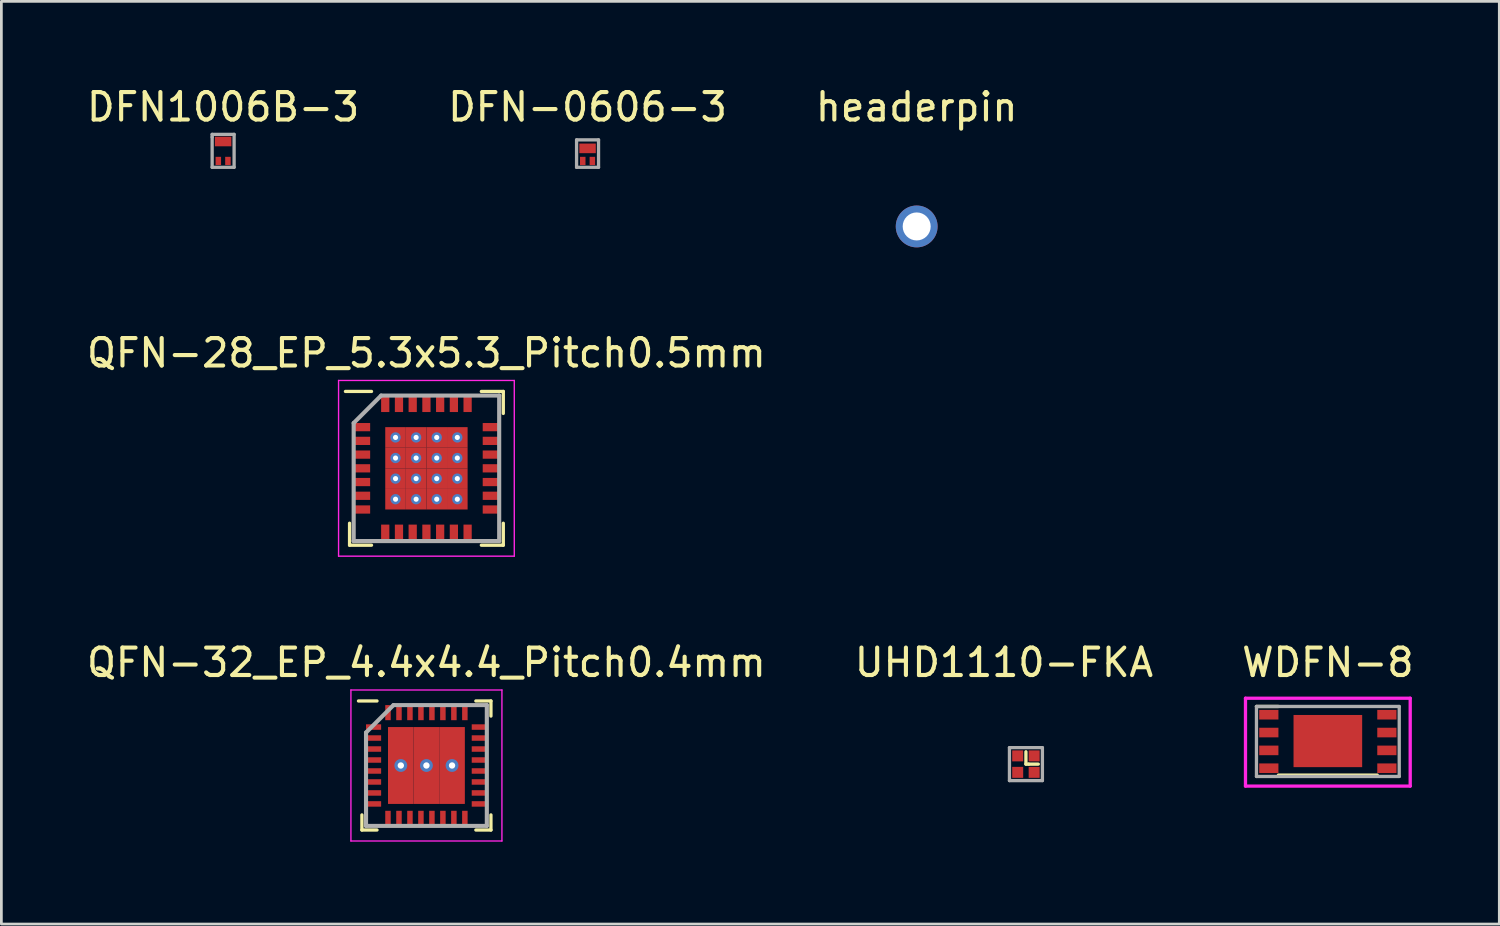
<source format=kicad_pcb>
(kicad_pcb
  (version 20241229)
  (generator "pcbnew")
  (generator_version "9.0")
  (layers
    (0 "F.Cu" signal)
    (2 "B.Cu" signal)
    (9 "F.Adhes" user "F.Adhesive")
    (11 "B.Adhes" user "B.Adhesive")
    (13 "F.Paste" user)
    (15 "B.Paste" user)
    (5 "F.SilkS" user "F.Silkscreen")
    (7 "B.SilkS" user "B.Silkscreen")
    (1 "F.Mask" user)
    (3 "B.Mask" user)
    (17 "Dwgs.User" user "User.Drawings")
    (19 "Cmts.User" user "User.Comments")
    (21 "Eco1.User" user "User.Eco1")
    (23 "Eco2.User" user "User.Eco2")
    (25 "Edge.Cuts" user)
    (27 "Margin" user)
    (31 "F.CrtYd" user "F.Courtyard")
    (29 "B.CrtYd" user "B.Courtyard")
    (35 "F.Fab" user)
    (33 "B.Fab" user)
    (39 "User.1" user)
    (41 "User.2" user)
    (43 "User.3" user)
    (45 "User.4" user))
  (footprint "QFN-32_EP_4.4x4.4_Pitch0.4mm"
    (layer "F.Cu")
    (at 12.482 24.832)
    (property "Reference" "QFN-32_EP_4.4x4.4_Pitch0.4mm" (at 0 -3.75 0) (layer "F.SilkS") (effects (font (size 1 1) (thickness 0.15))))
    (attr smd)
    (fp_line (start -2.35 2.35) (end -2.35 1.8) (stroke (width 0.12) (type solid)) (layer "F.SilkS"))
    (fp_line (start -1.8 -2.35) (end -2.475 -2.35) (stroke (width 0.12) (type solid)) (layer "F.SilkS"))
    (fp_line (start -1.8 2.35) (end -2.35 2.35) (stroke (width 0.12) (type solid)) (layer "F.SilkS"))
    (fp_line (start 1.8 -2.35) (end 2.35 -2.35) (stroke (width 0.12) (type solid)) (layer "F.SilkS"))
    (fp_line (start 1.8 2.35) (end 2.35 2.35) (stroke (width 0.12) (type solid)) (layer "F.SilkS"))
    (fp_line (start 2.35 -2.35) (end 2.35 -1.8) (stroke (width 0.12) (type solid)) (layer "F.SilkS"))
    (fp_line (start 2.35 2.35) (end 2.35 1.8) (stroke (width 0.12) (type solid)) (layer "F.SilkS"))
    (fp_line (start -2.75 -2.75) (end 2.75 -2.75) (stroke (width 0.05) (type solid)) (layer "F.CrtYd"))
    (fp_line (start -2.75 2.75) (end -2.75 -2.75) (stroke (width 0.05) (type solid)) (layer "F.CrtYd"))
    (fp_line (start 2.75 -2.75) (end 2.75 2.75) (stroke (width 0.05) (type solid)) (layer "F.CrtYd"))
    (fp_line (start 2.75 2.75) (end -2.75 2.75) (stroke (width 0.05) (type solid)) (layer "F.CrtYd"))
    (fp_line (start -2.2 -1.2) (end -2.2 2.2) (stroke (width 0.15) (type solid)) (layer "F.Fab"))
    (fp_line (start -2.2 2.2) (end 2.2 2.2) (stroke (width 0.15) (type solid)) (layer "F.Fab"))
    (fp_line (start -1.2 -2.2) (end -2.2 -1.2) (stroke (width 0.15) (type solid)) (layer "F.Fab"))
    (fp_line (start 2.2 -2.2) (end -1.2 -2.2) (stroke (width 0.15) (type solid)) (layer "F.Fab"))
    (fp_line (start 2.2 2.2) (end 2.2 -2.2) (stroke (width 0.15) (type solid)) (layer "F.Fab"))
    (pad "1" smd rect (at -1.925 -1.4 90) (size 0.2 0.55) (layers "F.Cu" "F.Mask" "F.Paste"))
    (pad "2" smd rect (at -1.925 -1 90) (size 0.2 0.55) (layers "F.Cu" "F.Mask" "F.Paste"))
    (pad "3" smd rect (at -1.925 -0.6 90) (size 0.2 0.55) (layers "F.Cu" "F.Mask" "F.Paste"))
    (pad "4" smd rect (at -1.925 -0.2 90) (size 0.2 0.55) (layers "F.Cu" "F.Mask" "F.Paste"))
    (pad "5" smd rect (at -1.925 0.2 90) (size 0.2 0.55) (layers "F.Cu" "F.Mask" "F.Paste"))
    (pad "6" smd rect (at -1.925 0.6 90) (size 0.2 0.55) (layers "F.Cu" "F.Mask" "F.Paste"))
    (pad "7" smd rect (at -1.925 1 90) (size 0.2 0.55) (layers "F.Cu" "F.Mask" "F.Paste"))
    (pad "8" smd rect (at -1.925 1.4 90) (size 0.2 0.55) (layers "F.Cu" "F.Mask" "F.Paste"))
    (pad "9" smd rect (at -1.4 1.925) (size 0.2 0.55) (layers "F.Cu" "F.Mask" "F.Paste"))
    (pad "10" smd rect (at -1 1.925) (size 0.2 0.55) (layers "F.Cu" "F.Mask" "F.Paste"))
    (pad "11" smd rect (at -0.6 1.925) (size 0.2 0.55) (layers "F.Cu" "F.Mask" "F.Paste"))
    (pad "12" smd rect (at -0.2 1.925) (size 0.2 0.55) (layers "F.Cu" "F.Mask" "F.Paste"))
    (pad "13" smd rect (at 0.2 1.925) (size 0.2 0.55) (layers "F.Cu" "F.Mask" "F.Paste"))
    (pad "14" smd rect (at 0.6 1.925) (size 0.2 0.55) (layers "F.Cu" "F.Mask" "F.Paste"))
    (pad "15" smd rect (at 1 1.925) (size 0.2 0.55) (layers "F.Cu" "F.Mask" "F.Paste"))
    (pad "16" smd rect (at 1.4 1.925) (size 0.2 0.55) (layers "F.Cu" "F.Mask" "F.Paste"))
    (pad "17" smd rect (at 1.925 1.4 90) (size 0.2 0.55) (layers "F.Cu" "F.Mask" "F.Paste"))
    (pad "18" smd rect (at 1.925 1 90) (size 0.2 0.55) (layers "F.Cu" "F.Mask" "F.Paste"))
    (pad "19" smd rect (at 1.925 0.6 90) (size 0.2 0.55) (layers "F.Cu" "F.Mask" "F.Paste"))
    (pad "20" smd rect (at 1.925 0.2 90) (size 0.2 0.55) (layers "F.Cu" "F.Mask" "F.Paste"))
    (pad "21" smd rect (at 1.925 -0.2 90) (size 0.2 0.55) (layers "F.Cu" "F.Mask" "F.Paste"))
    (pad "22" smd rect (at 1.925 -0.6 90) (size 0.2 0.55) (layers "F.Cu" "F.Mask" "F.Paste"))
    (pad "23" smd rect (at 1.925 -1 90) (size 0.2 0.55) (layers "F.Cu" "F.Mask" "F.Paste"))
    (pad "24" smd rect (at 1.925 -1.4 90) (size 0.2 0.55) (layers "F.Cu" "F.Mask" "F.Paste"))
    (pad "25" smd rect (at 1.4 -1.925) (size 0.2 0.55) (layers "F.Cu" "F.Mask" "F.Paste"))
    (pad "26" smd rect (at 1 -1.925) (size 0.2 0.55) (layers "F.Cu" "F.Mask" "F.Paste"))
    (pad "27" smd rect (at 0.6 -1.925) (size 0.2 0.55) (layers "F.Cu" "F.Mask" "F.Paste"))
    (pad "28" smd rect (at 0.2 -1.925) (size 0.2 0.55) (layers "F.Cu" "F.Mask" "F.Paste"))
    (pad "29" smd rect (at -0.2 -1.925) (size 0.2 0.55) (layers "F.Cu" "F.Mask" "F.Paste"))
    (pad "30" smd rect (at -0.6 -1.925) (size 0.2 0.55) (layers "F.Cu" "F.Mask" "F.Paste"))
    (pad "31" smd rect (at -1 -1.925) (size 0.2 0.55) (layers "F.Cu" "F.Mask" "F.Paste"))
    (pad "32" smd rect (at -1.4 -1.925) (size 0.2 0.55) (layers "F.Cu" "F.Mask" "F.Paste"))
    (pad "33" thru_hole circle (at -0.933 0) (size 0.467 0.467) (drill 0.233) (layers "*.Cu" "*.Mask"))
    (pad "33" smd rect (at -0.933 0) (size 0.933 2.8) (layers "F.Cu" "F.Mask" "F.Paste"))
    (pad "33" thru_hole circle (at 0 0) (size 0.467 0.467) (drill 0.233) (layers "*.Cu" "*.Mask"))
    (pad "33" smd rect (at 0 0) (size 0.933 2.8) (layers "F.Cu" "F.Mask" "F.Paste"))
    (pad "33" thru_hole circle (at 0.933 0) (size 0.467 0.467) (drill 0.233) (layers "*.Cu" "*.Mask"))
    (pad "33" smd rect (at 0.933 0) (size 0.933 2.8) (layers "F.Cu" "F.Mask" "F.Paste")))
  (footprint "headerpin"
    (layer "F.Cu")
    (at 30.339 5.198)
    (property "Reference" "headerpin" (at 0 -4.35 0) (layer "F.SilkS") (effects (font (size 1 1) (thickness 0.15))))
    (attr through_hole)
    (pad "1" thru_hole circle (at 0 0) (size 1.524 1.524) (drill 1.02) (layers "*.Cu" "*.Mask")))
  (footprint "DFN-0606-3"
    (layer "F.Cu")
    (at 18.351 3.044)
    (property "Reference" "DFN-0606-3" (at 0 -2.196 0) (layer "F.SilkS") (effects (font (size 1 1) (thickness 0.15))))
    (attr through_hole)
    (fp_line (start 0.05 0) (end 0.3 0) (stroke (width 0.12) (type solid)) (layer "B.Paste"))
    (fp_line (start -0.4 -1) (end -0.4 0) (stroke (width 0.12) (type solid)) (layer "F.Fab"))
    (fp_line (start -0.4 0) (end 0.4 0) (stroke (width 0.12) (type solid)) (layer "F.Fab"))
    (fp_line (start 0.4 -1) (end -0.4 -1) (stroke (width 0.12) (type solid)) (layer "F.Fab"))
    (fp_line (start 0.4 0) (end 0.4 -1) (stroke (width 0.12) (type solid)) (layer "F.Fab"))
    (pad "1" smd rect (at 0.175 -0.232 180) (size 0.2 0.3) (layers "F.Cu" "F.Mask" "F.Paste"))
    (pad "2" smd rect (at -0.175 -0.232 180) (size 0.2 0.3) (layers "F.Cu" "F.Mask" "F.Paste"))
    (pad "3" smd rect (at 0 -0.69) (size 0.6 0.35) (layers "F.Cu" "F.Mask" "F.Paste")))
  (footprint "WDFN-8"
    (layer "F.Cu")
    (at 45.315 24.182)
    (property "Reference" "WDFN-8" (at 0 -3.1 0) (layer "F.SilkS") (effects (font (size 1 1) (thickness 0.15))))
    (attr through_hole)
    (fp_line (start -2.6 -1.5) (end -1.8 -1.5) (stroke (width 0.12) (type solid)) (layer "F.SilkS"))
    (fp_line (start -1.8 1) (end 1.8 1) (stroke (width 0.12) (type solid)) (layer "F.SilkS"))
    (fp_line (start -3 -1.8) (end -3 1.4) (stroke (width 0.12) (type solid)) (layer "F.CrtYd"))
    (fp_line (start -3 1.4) (end 3 1.4) (stroke (width 0.12) (type solid)) (layer "F.CrtYd"))
    (fp_line (start 3 -1.8) (end -3 -1.8) (stroke (width 0.12) (type solid)) (layer "F.CrtYd"))
    (fp_line (start 3 1.4) (end 3 -1.8) (stroke (width 0.12) (type solid)) (layer "F.CrtYd"))
    (fp_line (start -2.6 -1.5) (end -2.6 1.05) (stroke (width 0.12) (type solid)) (layer "F.Fab"))
    (fp_line (start -2.6 1.05) (end 2.6 1.05) (stroke (width 0.12) (type solid)) (layer "F.Fab"))
    (fp_line (start 2.6 -1.5) (end -2.6 -1.5) (stroke (width 0.12) (type solid)) (layer "F.Fab"))
    (fp_line (start 2.6 1.05) (end 2.6 -1.5) (stroke (width 0.12) (type solid)) (layer "F.Fab"))
    (pad "1" smd rect (at -2.15 -1.2 180) (size 0.7 0.35) (layers "F.Cu" "F.Mask" "F.Paste"))
    (pad "2" smd rect (at -2.15 -0.55 180) (size 0.7 0.35) (layers "F.Cu" "F.Mask" "F.Paste"))
    (pad "3" smd rect (at -2.15 0.1 180) (size 0.7 0.35) (layers "F.Cu" "F.Mask" "F.Paste"))
    (pad "4" smd rect (at -2.15 0.75 180) (size 0.7 0.35) (layers "F.Cu" "F.Mask" "F.Paste"))
    (pad "5" smd rect (at 2.15 0.75 180) (size 0.7 0.35) (layers "F.Cu" "F.Mask" "F.Paste"))
    (pad "6" smd rect (at 2.15 0.1 180) (size 0.7 0.35) (layers "F.Cu" "F.Mask" "F.Paste"))
    (pad "7" smd rect (at 2.15 -0.55 180) (size 0.7 0.35) (layers "F.Cu" "F.Mask" "F.Paste"))
    (pad "8" smd rect (at 2.15 -1.2 180) (size 0.7 0.35) (layers "F.Cu" "F.Mask" "F.Paste"))
    (pad "9" smd rect (at 0 -0.24 270) (size 1.9 2.5) (layers "F.Cu" "F.Mask" "F.Paste")))
  (footprint "DFN1006B-3"
    (layer "F.Cu")
    (at 5.077 3.044)
    (property "Reference" "DFN1006B-3" (at 0 -2.196 0) (layer "F.SilkS") (effects (font (size 1 1) (thickness 0.15))))
    (attr through_hole)
    (fp_line (start 0.05 0) (end 0.3 0) (stroke (width 0.12) (type solid)) (layer "B.Paste"))
    (fp_line (start -0.4 -1.2) (end -0.4 -1.1) (stroke (width 0.12) (type solid)) (layer "F.Fab"))
    (fp_line (start -0.4 -1.1) (end -0.4 0) (stroke (width 0.12) (type solid)) (layer "F.Fab"))
    (fp_line (start -0.4 0) (end 0.4 0) (stroke (width 0.12) (type solid)) (layer "F.Fab"))
    (fp_line (start 0.4 -1.2) (end -0.4 -1.2) (stroke (width 0.12) (type solid)) (layer "F.Fab"))
    (fp_line (start 0.4 0) (end 0.4 -1.2) (stroke (width 0.12) (type solid)) (layer "F.Fab"))
    (pad "1" smd rect (at 0.175 -0.232 180) (size 0.2 0.3) (layers "F.Cu" "F.Mask" "F.Paste"))
    (pad "2" smd rect (at -0.175 -0.232 180) (size 0.2 0.3) (layers "F.Cu" "F.Mask" "F.Paste"))
    (pad "3" smd rect (at 0 -0.94) (size 0.6 0.35) (layers "F.Cu" "F.Mask" "F.Paste")))
  (footprint "UHD1110-FKA"
    (layer "F.Cu")
    (at 33.518 25.482)
    (property "Reference" "UHD1110-FKA" (at 0 -4.4 0) (layer "F.SilkS") (effects (font (size 1 1) (thickness 0.15))))
    (attr through_hole)
    (fp_line (start 0.8 -1.15) (end 0.8 -0.7) (stroke (width 0.12) (type solid)) (layer "F.SilkS"))
    (fp_line (start 0.8 -0.7) (end 0.9 -0.7) (stroke (width 0.12) (type solid)) (layer "F.SilkS"))
    (fp_line (start 0.9 -0.7) (end 1.25 -0.7) (stroke (width 0.12) (type solid)) (layer "F.SilkS"))
    (fp_line (start 0.2 -1.3) (end 1.4 -1.3) (stroke (width 0.12) (type solid)) (layer "F.Fab"))
    (fp_line (start 0.2 -0.1) (end 0.2 -1.3) (stroke (width 0.12) (type solid)) (layer "F.Fab"))
    (fp_line (start 1.4 -1.3) (end 1.4 -0.1) (stroke (width 0.12) (type solid)) (layer "F.Fab"))
    (fp_line (start 1.4 -0.1) (end 0.2 -0.1) (stroke (width 0.12) (type solid)) (layer "F.Fab"))
    (pad "1" smd rect (at 1.1 -1) (size 0.4 0.4) (layers "F.Cu" "F.Mask" "F.Paste"))
    (pad "2" smd rect (at 1.1 -0.4) (size 0.4 0.4) (layers "F.Cu" "F.Mask" "F.Paste"))
    (pad "3" smd rect (at 0.5 -0.4) (size 0.4 0.4) (layers "F.Cu" "F.Mask" "F.Paste"))
    (pad "4" smd rect (at 0.5 -1) (size 0.4 0.4) (layers "F.Cu" "F.Mask" "F.Paste")))
  (footprint "QFN-28_EP_5.3x5.3_Pitch0.5mm"
    (layer "F.Cu")
    (at 12.482 14.008)
    (property "Reference" "QFN-28_EP_5.3x5.3_Pitch0.5mm" (at 0 -4.2 0) (layer "F.SilkS") (effects (font (size 1 1) (thickness 0.15))))
    (attr smd)
    (fp_line (start -2.8 2.8) (end -2.8 2) (stroke (width 0.12) (type solid)) (layer "F.SilkS"))
    (fp_line (start -2 -2.8) (end -2.95 -2.8) (stroke (width 0.12) (type solid)) (layer "F.SilkS"))
    (fp_line (start -2 2.8) (end -2.8 2.8) (stroke (width 0.12) (type solid)) (layer "F.SilkS"))
    (fp_line (start 2 -2.8) (end 2.8 -2.8) (stroke (width 0.12) (type solid)) (layer "F.SilkS"))
    (fp_line (start 2 2.8) (end 2.8 2.8) (stroke (width 0.12) (type solid)) (layer "F.SilkS"))
    (fp_line (start 2.8 -2.8) (end 2.8 -2) (stroke (width 0.12) (type solid)) (layer "F.SilkS"))
    (fp_line (start 2.8 2.8) (end 2.8 2) (stroke (width 0.12) (type solid)) (layer "F.SilkS"))
    (fp_line (start -3.2 -3.2) (end 3.2 -3.2) (stroke (width 0.05) (type solid)) (layer "F.CrtYd"))
    (fp_line (start -3.2 3.2) (end -3.2 -3.2) (stroke (width 0.05) (type solid)) (layer "F.CrtYd"))
    (fp_line (start 3.2 -3.2) (end 3.2 3.2) (stroke (width 0.05) (type solid)) (layer "F.CrtYd"))
    (fp_line (start 3.2 3.2) (end -3.2 3.2) (stroke (width 0.05) (type solid)) (layer "F.CrtYd"))
    (fp_line (start -2.65 -1.65) (end -2.65 2.65) (stroke (width 0.15) (type solid)) (layer "F.Fab"))
    (fp_line (start -2.65 2.65) (end 2.65 2.65) (stroke (width 0.15) (type solid)) (layer "F.Fab"))
    (fp_line (start -1.65 -2.65) (end -2.65 -1.65) (stroke (width 0.15) (type solid)) (layer "F.Fab"))
    (fp_line (start 2.65 -2.65) (end -1.65 -2.65) (stroke (width 0.15) (type solid)) (layer "F.Fab"))
    (fp_line (start 2.65 2.65) (end 2.65 -2.65) (stroke (width 0.15) (type solid)) (layer "F.Fab"))
    (pad "1" smd rect (at -2.35 -1.5 90) (size 0.3 0.6) (layers "F.Cu" "F.Mask" "F.Paste"))
    (pad "2" smd rect (at -2.35 -1 90) (size 0.3 0.6) (layers "F.Cu" "F.Mask" "F.Paste"))
    (pad "3" smd rect (at -2.35 -0.5 90) (size 0.3 0.6) (layers "F.Cu" "F.Mask" "F.Paste"))
    (pad "4" smd rect (at -2.35 0 90) (size 0.3 0.6) (layers "F.Cu" "F.Mask" "F.Paste"))
    (pad "5" smd rect (at -2.35 0.5 90) (size 0.3 0.6) (layers "F.Cu" "F.Mask" "F.Paste"))
    (pad "6" smd rect (at -2.35 1 90) (size 0.3 0.6) (layers "F.Cu" "F.Mask" "F.Paste"))
    (pad "7" smd rect (at -2.35 1.5 90) (size 0.3 0.6) (layers "F.Cu" "F.Mask" "F.Paste"))
    (pad "8" smd rect (at -1.5 2.35) (size 0.3 0.6) (layers "F.Cu" "F.Mask" "F.Paste"))
    (pad "9" smd rect (at -1 2.35) (size 0.3 0.6) (layers "F.Cu" "F.Mask" "F.Paste"))
    (pad "10" smd rect (at -0.5 2.35) (size 0.3 0.6) (layers "F.Cu" "F.Mask" "F.Paste"))
    (pad "11" smd rect (at 0 2.35) (size 0.3 0.6) (layers "F.Cu" "F.Mask" "F.Paste"))
    (pad "12" smd rect (at 0.5 2.35) (size 0.3 0.6) (layers "F.Cu" "F.Mask" "F.Paste"))
    (pad "13" smd rect (at 1 2.35) (size 0.3 0.6) (layers "F.Cu" "F.Mask" "F.Paste"))
    (pad "14" smd rect (at 1.5 2.35) (size 0.3 0.6) (layers "F.Cu" "F.Mask" "F.Paste"))
    (pad "15" smd rect (at 2.35 1.5 90) (size 0.3 0.6) (layers "F.Cu" "F.Mask" "F.Paste"))
    (pad "16" smd rect (at 2.35 1 90) (size 0.3 0.6) (layers "F.Cu" "F.Mask" "F.Paste"))
    (pad "17" smd rect (at 2.35 0.5 90) (size 0.3 0.6) (layers "F.Cu" "F.Mask" "F.Paste"))
    (pad "18" smd rect (at 2.35 0 90) (size 0.3 0.6) (layers "F.Cu" "F.Mask" "F.Paste"))
    (pad "19" smd rect (at 2.35 -0.5 90) (size 0.3 0.6) (layers "F.Cu" "F.Mask" "F.Paste"))
    (pad "20" smd rect (at 2.35 -1 90) (size 0.3 0.6) (layers "F.Cu" "F.Mask" "F.Paste"))
    (pad "21" smd rect (at 2.35 -1.5 90) (size 0.3 0.6) (layers "F.Cu" "F.Mask" "F.Paste"))
    (pad "22" smd rect (at 1.5 -2.35) (size 0.3 0.6) (layers "F.Cu" "F.Mask" "F.Paste"))
    (pad "23" smd rect (at 1 -2.35) (size 0.3 0.6) (layers "F.Cu" "F.Mask" "F.Paste"))
    (pad "24" smd rect (at 0.5 -2.35) (size 0.3 0.6) (layers "F.Cu" "F.Mask" "F.Paste"))
    (pad "25" smd rect (at 0 -2.35) (size 0.3 0.6) (layers "F.Cu" "F.Mask" "F.Paste"))
    (pad "26" smd rect (at -0.5 -2.35) (size 0.3 0.6) (layers "F.Cu" "F.Mask" "F.Paste"))
    (pad "27" smd rect (at -1 -2.35) (size 0.3 0.6) (layers "F.Cu" "F.Mask" "F.Paste"))
    (pad "28" smd rect (at -1.5 -2.35) (size 0.3 0.6) (layers "F.Cu" "F.Mask" "F.Paste"))
    (pad "29" thru_hole circle (at -1.125 -1.125) (size 0.375 0.375) (drill 0.188) (layers "*.Cu" "*.Mask"))
    (pad "29" smd rect (at -1.125 -1.125) (size 0.75 0.75) (layers "F.Cu" "F.Mask" "F.Paste"))
    (pad "29" thru_hole circle (at -1.125 -0.375) (size 0.375 0.375) (drill 0.188) (layers "*.Cu" "*.Mask"))
    (pad "29" smd rect (at -1.125 -0.375) (size 0.75 0.75) (layers "F.Cu" "F.Mask" "F.Paste"))
    (pad "29" thru_hole circle (at -1.125 0.375) (size 0.375 0.375) (drill 0.188) (layers "*.Cu" "*.Mask"))
    (pad "29" smd rect (at -1.125 0.375) (size 0.75 0.75) (layers "F.Cu" "F.Mask" "F.Paste"))
    (pad "29" thru_hole circle (at -1.125 1.125) (size 0.375 0.375) (drill 0.188) (layers "*.Cu" "*.Mask"))
    (pad "29" smd rect (at -1.125 1.125) (size 0.75 0.75) (layers "F.Cu" "F.Mask" "F.Paste"))
    (pad "29" thru_hole circle (at -0.375 -1.125) (size 0.375 0.375) (drill 0.188) (layers "*.Cu" "*.Mask"))
    (pad "29" smd rect (at -0.375 -1.125) (size 0.75 0.75) (layers "F.Cu" "F.Mask" "F.Paste"))
    (pad "29" thru_hole circle (at -0.375 -0.375) (size 0.375 0.375) (drill 0.188) (layers "*.Cu" "*.Mask"))
    (pad "29" smd rect (at -0.375 -0.375) (size 0.75 0.75) (layers "F.Cu" "F.Mask" "F.Paste"))
    (pad "29" thru_hole circle (at -0.375 0.375) (size 0.375 0.375) (drill 0.188) (layers "*.Cu" "*.Mask"))
    (pad "29" smd rect (at -0.375 0.375) (size 0.75 0.75) (layers "F.Cu" "F.Mask" "F.Paste"))
    (pad "29" thru_hole circle (at -0.375 1.125) (size 0.375 0.375) (drill 0.188) (layers "*.Cu" "*.Mask"))
    (pad "29" smd rect (at -0.375 1.125) (size 0.75 0.75) (layers "F.Cu" "F.Mask" "F.Paste"))
    (pad "29" thru_hole circle (at 0.375 -1.125) (size 0.375 0.375) (drill 0.188) (layers "*.Cu" "*.Mask"))
    (pad "29" smd rect (at 0.375 -1.125) (size 0.75 0.75) (layers "F.Cu" "F.Mask" "F.Paste"))
    (pad "29" thru_hole circle (at 0.375 -0.375) (size 0.375 0.375) (drill 0.188) (layers "*.Cu" "*.Mask"))
    (pad "29" smd rect (at 0.375 -0.375) (size 0.75 0.75) (layers "F.Cu" "F.Mask" "F.Paste"))
    (pad "29" thru_hole circle (at 0.375 0.375) (size 0.375 0.375) (drill 0.188) (layers "*.Cu" "*.Mask"))
    (pad "29" smd rect (at 0.375 0.375) (size 0.75 0.75) (layers "F.Cu" "F.Mask" "F.Paste"))
    (pad "29" thru_hole circle (at 0.375 1.125) (size 0.375 0.375) (drill 0.188) (layers "*.Cu" "*.Mask"))
    (pad "29" smd rect (at 0.375 1.125) (size 0.75 0.75) (layers "F.Cu" "F.Mask" "F.Paste"))
    (pad "29" thru_hole circle (at 1.125 -1.125) (size 0.375 0.375) (drill 0.188) (layers "*.Cu" "*.Mask"))
    (pad "29" smd rect (at 1.125 -1.125) (size 0.75 0.75) (layers "F.Cu" "F.Mask" "F.Paste"))
    (pad "29" thru_hole circle (at 1.125 -0.375) (size 0.375 0.375) (drill 0.188) (layers "*.Cu" "*.Mask"))
    (pad "29" smd rect (at 1.125 -0.375) (size 0.75 0.75) (layers "F.Cu" "F.Mask" "F.Paste"))
    (pad "29" thru_hole circle (at 1.125 0.375) (size 0.375 0.375) (drill 0.188) (layers "*.Cu" "*.Mask"))
    (pad "29" smd rect (at 1.125 0.375) (size 0.75 0.75) (layers "F.Cu" "F.Mask" "F.Paste"))
    (pad "29" thru_hole circle (at 1.125 1.125) (size 0.375 0.375) (drill 0.188) (layers "*.Cu" "*.Mask"))
    (pad "29" smd rect (at 1.125 1.125) (size 0.75 0.75) (layers "F.Cu" "F.Mask" "F.Paste")))
  (gr_rect
    (start -3 -3)
    (end 51.56 30.607)
    (stroke (width 0.1) (type default))
    (fill no)
    (layer "Edge.Cuts")))
</source>
